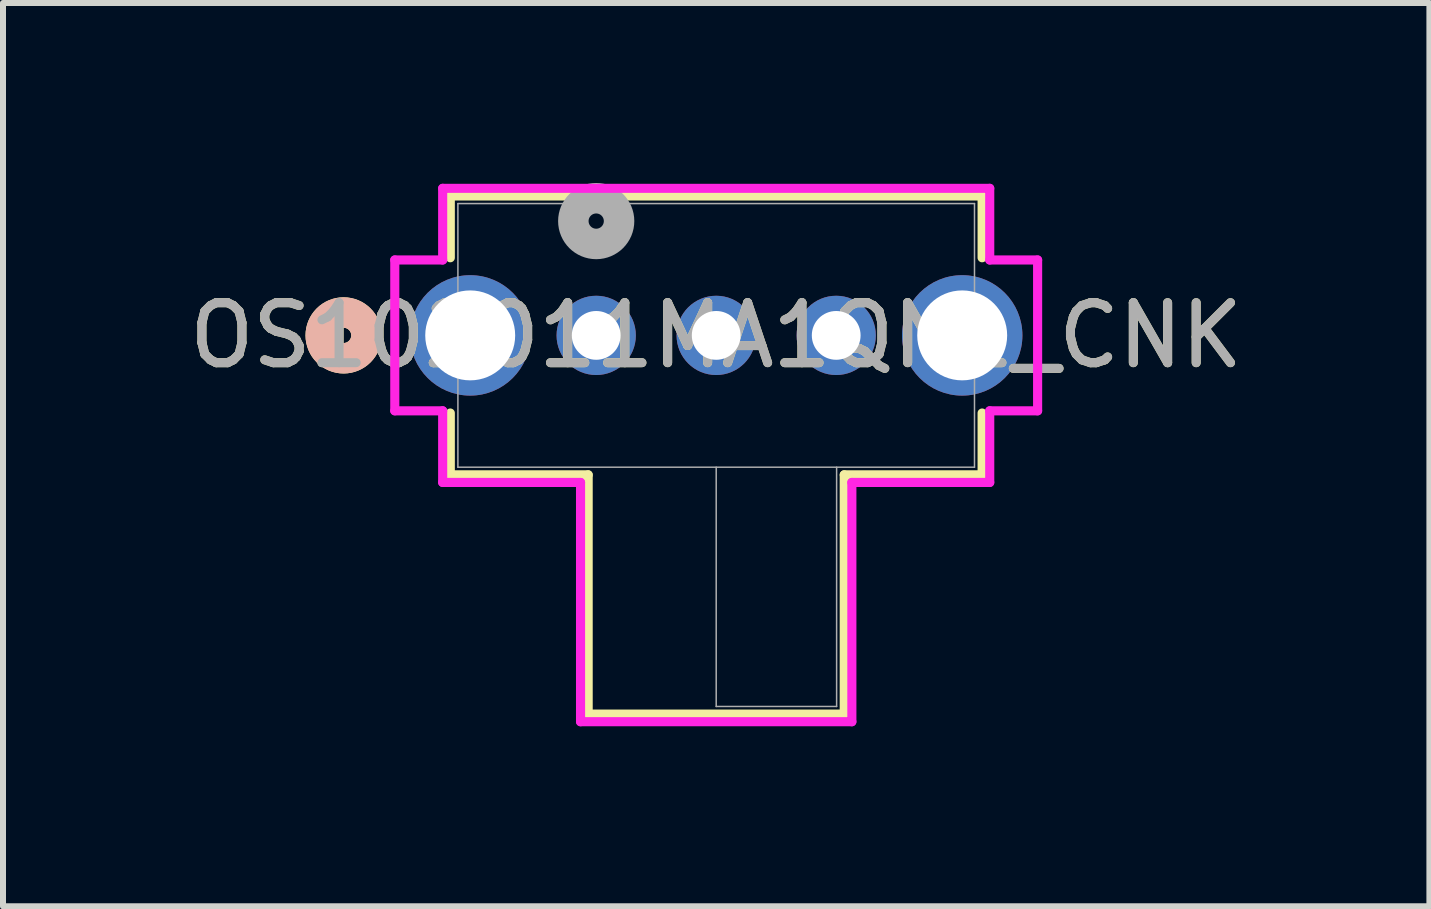
<source format=kicad_pcb>
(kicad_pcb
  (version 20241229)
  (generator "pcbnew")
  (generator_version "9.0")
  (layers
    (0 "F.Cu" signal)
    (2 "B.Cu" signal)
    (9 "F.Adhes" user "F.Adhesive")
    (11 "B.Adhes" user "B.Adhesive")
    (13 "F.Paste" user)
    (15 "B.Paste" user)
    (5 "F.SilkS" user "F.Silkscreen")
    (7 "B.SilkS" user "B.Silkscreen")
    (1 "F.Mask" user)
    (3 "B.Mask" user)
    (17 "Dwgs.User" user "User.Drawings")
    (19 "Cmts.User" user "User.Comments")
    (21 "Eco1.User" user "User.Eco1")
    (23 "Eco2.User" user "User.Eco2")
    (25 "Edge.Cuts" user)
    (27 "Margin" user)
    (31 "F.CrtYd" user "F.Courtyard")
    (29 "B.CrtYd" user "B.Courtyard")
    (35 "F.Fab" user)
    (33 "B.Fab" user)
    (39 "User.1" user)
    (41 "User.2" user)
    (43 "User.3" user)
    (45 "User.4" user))
  (footprint "OS102011MA1QN1_CNK"
    (layer "F.Cu")
    (at 6.887 2.54)
    (property "Reference" "OS102011MA1QN1_CNK" (at 2 0 0) (unlocked yes) (layer "F.SilkS") (effects (font (size 1 1) (thickness 0.15))))
    (attr through_hole)
    (fp_line (start -2.432 -2.324) (end -2.432 -1.294) (stroke (width 0.152) (type solid)) (layer "F.SilkS"))
    (fp_line (start -2.432 1.294) (end -2.432 2.324) (stroke (width 0.152) (type solid)) (layer "F.SilkS"))
    (fp_line (start -2.432 2.324) (end -0.134 2.324) (stroke (width 0.152) (type solid)) (layer "F.SilkS"))
    (fp_line (start -0.134 2.324) (end -0.134 6.312) (stroke (width 0.152) (type solid)) (layer "F.SilkS"))
    (fp_line (start -0.134 6.312) (end 4.134 6.312) (stroke (width 0.152) (type solid)) (layer "F.SilkS"))
    (fp_line (start 4.134 2.324) (end 6.432 2.324) (stroke (width 0.152) (type solid)) (layer "F.SilkS"))
    (fp_line (start 4.134 6.312) (end 4.134 2.324) (stroke (width 0.152) (type solid)) (layer "F.SilkS"))
    (fp_line (start 6.432 -2.324) (end -2.432 -2.324) (stroke (width 0.152) (type solid)) (layer "F.SilkS"))
    (fp_line (start 6.432 -1.294) (end 6.432 -2.324) (stroke (width 0.152) (type solid)) (layer "F.SilkS"))
    (fp_line (start 6.432 2.324) (end 6.432 1.294) (stroke (width 0.152) (type solid)) (layer "F.SilkS"))
    (fp_circle (center -4.21 0) (end -3.829 0) (stroke (width 0.508) (type solid)) (fill no) (layer "F.SilkS"))
    (fp_circle (center -4.21 0) (end -3.829 0) (stroke (width 0.508) (type solid)) (fill no) (layer "B.SilkS"))
    (fp_line (start -3.357 -1.257) (end -3.357 1.257) (stroke (width 0.152) (type solid)) (layer "F.CrtYd"))
    (fp_line (start -3.357 1.257) (end -2.559 1.257) (stroke (width 0.152) (type solid)) (layer "F.CrtYd"))
    (fp_line (start -2.559 -2.451) (end -2.559 -1.257) (stroke (width 0.152) (type solid)) (layer "F.CrtYd"))
    (fp_line (start -2.559 -1.257) (end -3.357 -1.257) (stroke (width 0.152) (type solid)) (layer "F.CrtYd"))
    (fp_line (start -2.559 1.257) (end -2.559 2.451) (stroke (width 0.152) (type solid)) (layer "F.CrtYd"))
    (fp_line (start -2.559 2.451) (end -0.261 2.451) (stroke (width 0.152) (type solid)) (layer "F.CrtYd"))
    (fp_line (start -0.261 2.451) (end -0.261 6.439) (stroke (width 0.152) (type solid)) (layer "F.CrtYd"))
    (fp_line (start -0.261 6.439) (end 4.261 6.439) (stroke (width 0.152) (type solid)) (layer "F.CrtYd"))
    (fp_line (start 4.261 2.451) (end 6.559 2.451) (stroke (width 0.152) (type solid)) (layer "F.CrtYd"))
    (fp_line (start 4.261 6.439) (end 4.261 2.451) (stroke (width 0.152) (type solid)) (layer "F.CrtYd"))
    (fp_line (start 6.559 -2.451) (end -2.559 -2.451) (stroke (width 0.152) (type solid)) (layer "F.CrtYd"))
    (fp_line (start 6.559 -1.257) (end 6.559 -2.451) (stroke (width 0.152) (type solid)) (layer "F.CrtYd"))
    (fp_line (start 6.559 1.257) (end 7.357 1.257) (stroke (width 0.152) (type solid)) (layer "F.CrtYd"))
    (fp_line (start 6.559 2.451) (end 6.559 1.257) (stroke (width 0.152) (type solid)) (layer "F.CrtYd"))
    (fp_line (start 7.357 -1.257) (end 6.559 -1.257) (stroke (width 0.152) (type solid)) (layer "F.CrtYd"))
    (fp_line (start 7.357 1.257) (end 7.357 -1.257) (stroke (width 0.152) (type solid)) (layer "F.CrtYd"))
    (fp_line (start -2.305 -2.197) (end -2.305 2.197) (stroke (width 0.025) (type solid)) (layer "F.Fab"))
    (fp_line (start -2.305 2.197) (end 6.305 2.197) (stroke (width 0.025) (type solid)) (layer "F.Fab"))
    (fp_line (start 2 2.197) (end 2 6.185) (stroke (width 0.025) (type solid)) (layer "F.Fab"))
    (fp_line (start 2 6.185) (end 4.007 6.185) (stroke (width 0.025) (type solid)) (layer "F.Fab"))
    (fp_line (start 4.007 6.185) (end 4.007 2.197) (stroke (width 0.025) (type solid)) (layer "F.Fab"))
    (fp_line (start 6.305 -2.197) (end -2.305 -2.197) (stroke (width 0.025) (type solid)) (layer "F.Fab"))
    (fp_line (start 6.305 2.197) (end 6.305 -2.197) (stroke (width 0.025) (type solid)) (layer "F.Fab"))
    (fp_circle (center 0 -1.905) (end 0.381 -1.905) (stroke (width 0.508) (type solid)) (fill no) (layer "F.Fab"))
    (fp_text user "${REFERENCE}" (at 2 0 0) (unlocked yes) (layer "F.Fab") (effects (font (size 1 1) (thickness 0.15))))
    (pad "1" thru_hole circle (at 0 0) (size 1.321 1.321) (drill 0.813) (layers "*.Cu" "*.Mask"))
    (pad "2" thru_hole circle (at 2 0) (size 1.321 1.321) (drill 0.813) (layers "*.Cu" "*.Mask"))
    (pad "3" thru_hole circle (at 4 0) (size 1.321 1.321) (drill 0.813) (layers "*.Cu" "*.Mask"))
    (pad "4" thru_hole circle (at -2.1 0) (size 2.007 2.007) (drill 1.499) (layers "*.Cu" "*.Mask"))
    (pad "5" thru_hole circle (at 6.1 0) (size 2.007 2.007) (drill 1.499) (layers "*.Cu" "*.Mask")))
  (gr_rect
    (start -3 -3)
    (end 20.774 12.055)
    (stroke (width 0.1) (type default))
    (fill no)
    (layer "Edge.Cuts")))
</source>
